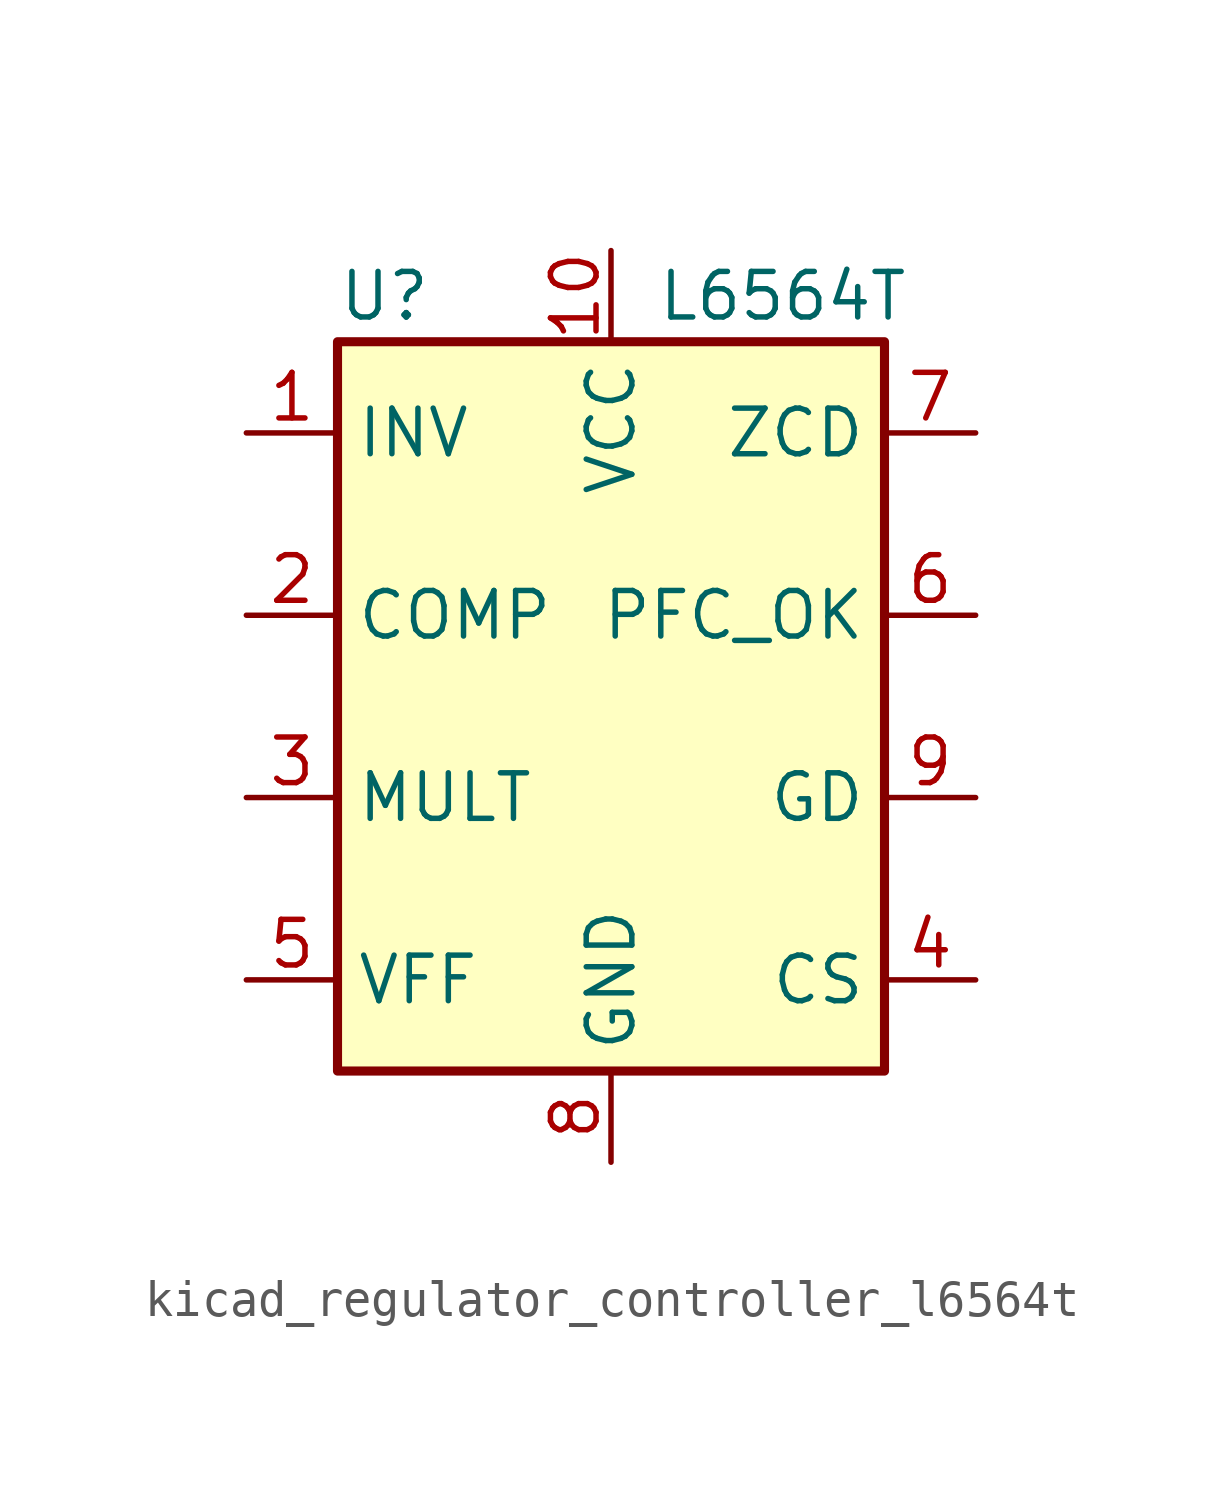
<source format=kicad_sym>
(kicad_symbol_lib
  (version 20220914)
  (generator kicad_symbol_editor)
  (symbol "kicad_regulator_controller_l6564t"
    (property "Reference" "U"
      (at -7.62 11.43 0)
      (effects (font (size 1.27 1.27)) (justify left)))
    (property "Value" "L6564T"
      (at 1.27 11.43 0)
      (effects (font (size 1.27 1.27)) (justify left)))
    (symbol "kicad_regulator_controller_l6564t_0_0"
      (rectangle (start -7.62 10.16) (end 7.62 -10.16) (stroke (width 0.254) (type default)) (fill (type background))))
    (symbol "kicad_regulator_controller_l6564t_1_1"
      (pin input line (at -10.16 7.62 0) (length 2.54) (name "INV" (effects (font (size 1.27 1.27)))) (number "1" (effects (font (size 1.27 1.27)))))
      (pin power_in line (at 0 12.7 270) (length 2.54) (name "VCC" (effects (font (size 1.27 1.27)))) (number "10" (effects (font (size 1.27 1.27)))))
      (pin output line (at -10.16 2.54 0) (length 2.54) (name "COMP" (effects (font (size 1.27 1.27)))) (number "2" (effects (font (size 1.27 1.27)))))
      (pin input line (at -10.16 -2.54 0) (length 2.54) (name "MULT" (effects (font (size 1.27 1.27)))) (number "3" (effects (font (size 1.27 1.27)))))
      (pin input line (at 10.16 -7.62 180) (length 2.54) (name "CS" (effects (font (size 1.27 1.27)))) (number "4" (effects (font (size 1.27 1.27)))))
      (pin passive line (at -10.16 -7.62 0) (length 2.54) (name "VFF" (effects (font (size 1.27 1.27)))) (number "5" (effects (font (size 1.27 1.27)))))
      (pin input line (at 10.16 2.54 180) (length 2.54) (name "PFC_OK" (effects (font (size 1.27 1.27)))) (number "6" (effects (font (size 1.27 1.27)))))
      (pin input line (at 10.16 7.62 180) (length 2.54) (name "ZCD" (effects (font (size 1.27 1.27)))) (number "7" (effects (font (size 1.27 1.27)))))
      (pin power_in line (at 0 -12.7 90) (length 2.54) (name "GND" (effects (font (size 1.27 1.27)))) (number "8" (effects (font (size 1.27 1.27)))))
      (pin output line (at 10.16 -2.54 180) (length 2.54) (name "GD" (effects (font (size 1.27 1.27)))) (number "9" (effects (font (size 1.27 1.27))))))))
</source>
